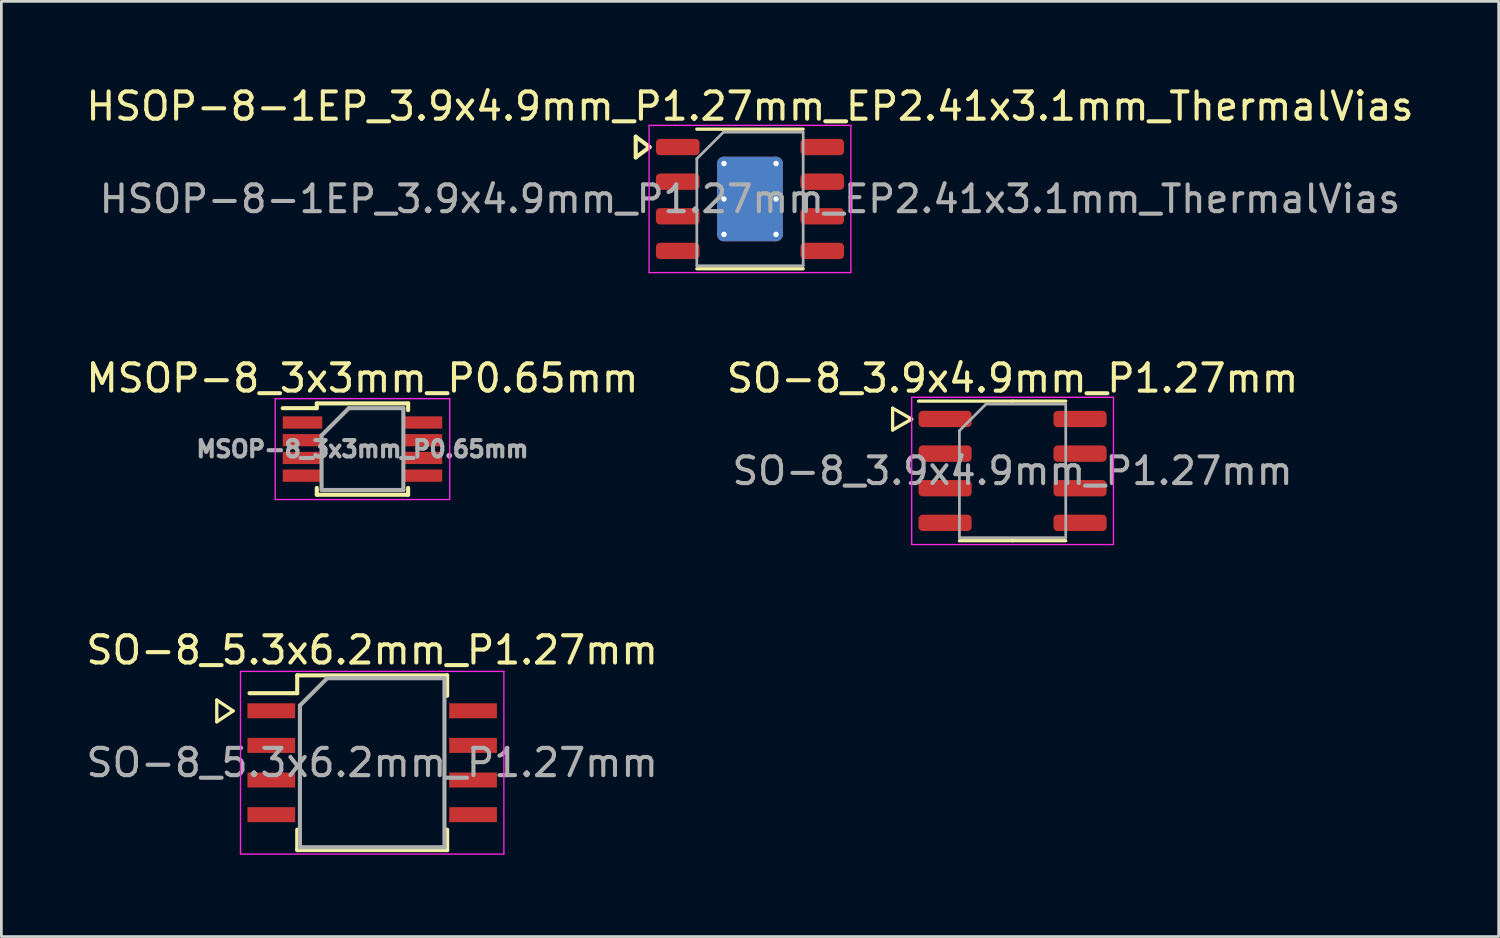
<source format=kicad_pcb>
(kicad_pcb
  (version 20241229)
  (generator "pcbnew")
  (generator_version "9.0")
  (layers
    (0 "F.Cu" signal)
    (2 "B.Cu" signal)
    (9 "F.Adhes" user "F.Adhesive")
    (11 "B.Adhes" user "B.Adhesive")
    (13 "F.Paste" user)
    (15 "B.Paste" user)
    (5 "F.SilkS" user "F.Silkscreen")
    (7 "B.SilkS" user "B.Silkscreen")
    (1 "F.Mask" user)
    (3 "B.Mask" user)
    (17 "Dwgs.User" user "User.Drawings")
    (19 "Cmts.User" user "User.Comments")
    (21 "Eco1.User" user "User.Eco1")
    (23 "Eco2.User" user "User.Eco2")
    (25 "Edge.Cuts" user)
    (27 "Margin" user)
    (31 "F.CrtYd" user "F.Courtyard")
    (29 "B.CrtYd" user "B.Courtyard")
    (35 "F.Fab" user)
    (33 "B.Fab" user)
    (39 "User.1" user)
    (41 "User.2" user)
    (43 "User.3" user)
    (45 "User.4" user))
  (footprint "MSOP-8_3x3mm_P0.65mm"
    (layer "F.Cu")
    (at 10.244 13.421)
    (property "Reference" "MSOP-8_3x3mm_P0.65mm" (at 0 -2.6 0) (layer "F.SilkS") (effects (font (size 1 1) (thickness 0.15))))
    (attr smd)
    (fp_line (start -1.675 -1.675) (end -1.675 -1.5) (stroke (width 0.15) (type solid)) (layer "F.SilkS"))
    (fp_line (start -1.675 -1.675) (end 1.675 -1.675) (stroke (width 0.15) (type solid)) (layer "F.SilkS"))
    (fp_line (start -1.675 -1.5) (end -2.925 -1.5) (stroke (width 0.15) (type solid)) (layer "F.SilkS"))
    (fp_line (start -1.675 1.675) (end -1.675 1.425) (stroke (width 0.15) (type solid)) (layer "F.SilkS"))
    (fp_line (start -1.675 1.675) (end 1.675 1.675) (stroke (width 0.15) (type solid)) (layer "F.SilkS"))
    (fp_line (start 1.675 -1.675) (end 1.675 -1.425) (stroke (width 0.15) (type solid)) (layer "F.SilkS"))
    (fp_line (start 1.675 1.675) (end 1.675 1.425) (stroke (width 0.15) (type solid)) (layer "F.SilkS"))
    (fp_line (start -3.2 -1.85) (end -3.2 1.85) (stroke (width 0.05) (type solid)) (layer "F.CrtYd"))
    (fp_line (start -3.2 -1.85) (end 3.2 -1.85) (stroke (width 0.05) (type solid)) (layer "F.CrtYd"))
    (fp_line (start -3.2 1.85) (end 3.2 1.85) (stroke (width 0.05) (type solid)) (layer "F.CrtYd"))
    (fp_line (start 3.2 -1.85) (end 3.2 1.85) (stroke (width 0.05) (type solid)) (layer "F.CrtYd"))
    (fp_line (start -1.5 -0.5) (end -0.5 -1.5) (stroke (width 0.15) (type solid)) (layer "F.Fab"))
    (fp_line (start -1.5 1.5) (end -1.5 -0.5) (stroke (width 0.15) (type solid)) (layer "F.Fab"))
    (fp_line (start -0.5 -1.5) (end 1.5 -1.5) (stroke (width 0.15) (type solid)) (layer "F.Fab"))
    (fp_line (start 1.5 -1.5) (end 1.5 1.5) (stroke (width 0.15) (type solid)) (layer "F.Fab"))
    (fp_line (start 1.5 1.5) (end -1.5 1.5) (stroke (width 0.15) (type solid)) (layer "F.Fab"))
    (fp_text user "${REFERENCE}" (at 0 0 0) (layer "F.Fab") (effects (font (size 0.6 0.6) (thickness 0.15))))
    (pad "1" smd rect (at -2.2 -0.975) (size 1.45 0.45) (layers "F.Cu" "F.Mask" "F.Paste"))
    (pad "2" smd rect (at -2.2 -0.325) (size 1.45 0.45) (layers "F.Cu" "F.Mask" "F.Paste"))
    (pad "3" smd rect (at -2.2 0.325) (size 1.45 0.45) (layers "F.Cu" "F.Mask" "F.Paste"))
    (pad "4" smd rect (at -2.2 0.975) (size 1.45 0.45) (layers "F.Cu" "F.Mask" "F.Paste"))
    (pad "5" smd rect (at 2.2 0.975) (size 1.45 0.45) (layers "F.Cu" "F.Mask" "F.Paste"))
    (pad "6" smd rect (at 2.2 0.325) (size 1.45 0.45) (layers "F.Cu" "F.Mask" "F.Paste"))
    (pad "7" smd rect (at 2.2 -0.325) (size 1.45 0.45) (layers "F.Cu" "F.Mask" "F.Paste"))
    (pad "8" smd rect (at 2.2 -0.975) (size 1.45 0.45) (layers "F.Cu" "F.Mask" "F.Paste")))
  (footprint "SO-8_5.3x6.2mm_P1.27mm"
    (layer "F.Cu")
    (at 10.601 24.925)
    (property "Reference" "SO-8_5.3x6.2mm_P1.27mm" (at 0 -4.13 0) (layer "F.SilkS") (effects (font (size 1 1) (thickness 0.15))))
    (attr smd)
    (fp_line (start -5.7 -2.3) (end -5.7 -1.5) (stroke (width 0.12) (type default)) (layer "F.SilkS"))
    (fp_line (start -5.7 -1.5) (end -5.1 -1.9) (stroke (width 0.12) (type default)) (layer "F.SilkS"))
    (fp_line (start -5.1 -1.9) (end -5.7 -2.3) (stroke (width 0.12) (type default)) (layer "F.SilkS"))
    (fp_line (start -2.75 -3.205) (end -2.75 -2.55) (stroke (width 0.15) (type solid)) (layer "F.SilkS"))
    (fp_line (start -2.75 -3.205) (end 2.75 -3.205) (stroke (width 0.15) (type solid)) (layer "F.SilkS"))
    (fp_line (start -2.75 -2.55) (end -4.5 -2.55) (stroke (width 0.15) (type solid)) (layer "F.SilkS"))
    (fp_line (start -2.75 3.205) (end -2.75 2.455) (stroke (width 0.15) (type solid)) (layer "F.SilkS"))
    (fp_line (start -2.75 3.205) (end 2.75 3.205) (stroke (width 0.15) (type solid)) (layer "F.SilkS"))
    (fp_line (start 2.75 -3.205) (end 2.75 -2.455) (stroke (width 0.15) (type solid)) (layer "F.SilkS"))
    (fp_line (start 2.75 3.205) (end 2.75 2.455) (stroke (width 0.15) (type solid)) (layer "F.SilkS"))
    (fp_line (start -4.83 -3.35) (end -4.83 3.35) (stroke (width 0.05) (type solid)) (layer "F.CrtYd"))
    (fp_line (start -4.83 -3.35) (end 4.83 -3.35) (stroke (width 0.05) (type solid)) (layer "F.CrtYd"))
    (fp_line (start -4.83 3.35) (end 4.83 3.35) (stroke (width 0.05) (type solid)) (layer "F.CrtYd"))
    (fp_line (start 4.83 -3.35) (end 4.83 3.35) (stroke (width 0.05) (type solid)) (layer "F.CrtYd"))
    (fp_line (start -2.65 -2.1) (end -1.65 -3.1) (stroke (width 0.15) (type solid)) (layer "F.Fab"))
    (fp_line (start -2.65 3.1) (end -2.65 -2.1) (stroke (width 0.15) (type solid)) (layer "F.Fab"))
    (fp_line (start -1.65 -3.1) (end 2.65 -3.1) (stroke (width 0.15) (type solid)) (layer "F.Fab"))
    (fp_line (start 2.65 -3.1) (end 2.65 3.1) (stroke (width 0.15) (type solid)) (layer "F.Fab"))
    (fp_line (start 2.65 3.1) (end -2.65 3.1) (stroke (width 0.15) (type solid)) (layer "F.Fab"))
    (fp_text user "${REFERENCE}" (at 0 0 0) (layer "F.Fab") (effects (font (size 1 1) (thickness 0.15))))
    (pad "1" smd rect (at -3.7 -1.905) (size 1.75 0.55) (layers "F.Cu" "F.Mask" "F.Paste"))
    (pad "2" smd rect (at -3.7 -0.635) (size 1.75 0.55) (layers "F.Cu" "F.Mask" "F.Paste"))
    (pad "3" smd rect (at -3.7 0.635) (size 1.75 0.55) (layers "F.Cu" "F.Mask" "F.Paste"))
    (pad "4" smd rect (at -3.7 1.905) (size 1.75 0.55) (layers "F.Cu" "F.Mask" "F.Paste"))
    (pad "5" smd rect (at 3.7 1.905) (size 1.75 0.55) (layers "F.Cu" "F.Mask" "F.Paste"))
    (pad "6" smd rect (at 3.7 0.635) (size 1.75 0.55) (layers "F.Cu" "F.Mask" "F.Paste"))
    (pad "7" smd rect (at 3.7 -0.635) (size 1.75 0.55) (layers "F.Cu" "F.Mask" "F.Paste"))
    (pad "8" smd rect (at 3.7 -1.905) (size 1.75 0.55) (layers "F.Cu" "F.Mask" "F.Paste")))
  (footprint "HSOP-8-1EP_3.9x4.9mm_P1.27mm_EP2.41x3.1mm_ThermalVias"
    (layer "F.Cu")
    (at 24.458 4.248)
    (property "Reference" "HSOP-8-1EP_3.9x4.9mm_P1.27mm_EP2.41x3.1mm_ThermalVias" (at 0 -3.4 0) (layer "F.SilkS") (effects (font (size 1 1) (thickness 0.15))))
    (attr smd)
    (fp_line (start -4.191 -2.286) (end -4.191 -1.524) (stroke (width 0.15) (type solid)) (layer "F.SilkS"))
    (fp_line (start -4.191 -1.524) (end -3.683 -1.905) (stroke (width 0.15) (type solid)) (layer "F.SilkS"))
    (fp_line (start -3.683 -1.905) (end -4.191 -2.286) (stroke (width 0.15) (type solid)) (layer "F.SilkS"))
    (fp_line (start -1.95 -2.56) (end 1.95 -2.56) (stroke (width 0.12) (type solid)) (layer "F.SilkS"))
    (fp_line (start -1.95 2.56) (end 1.95 2.56) (stroke (width 0.12) (type solid)) (layer "F.SilkS"))
    (fp_line (start -3.7 -2.7) (end -3.7 2.7) (stroke (width 0.05) (type solid)) (layer "F.CrtYd"))
    (fp_line (start -3.7 2.7) (end 3.7 2.7) (stroke (width 0.05) (type solid)) (layer "F.CrtYd"))
    (fp_line (start 3.7 -2.7) (end -3.7 -2.7) (stroke (width 0.05) (type solid)) (layer "F.CrtYd"))
    (fp_line (start 3.7 2.7) (end 3.7 -2.7) (stroke (width 0.05) (type solid)) (layer "F.CrtYd"))
    (fp_line (start -1.95 -1.475) (end -0.975 -2.45) (stroke (width 0.1) (type solid)) (layer "F.Fab"))
    (fp_line (start -1.95 2.45) (end -1.95 -1.475) (stroke (width 0.1) (type solid)) (layer "F.Fab"))
    (fp_line (start -0.975 -2.45) (end 1.95 -2.45) (stroke (width 0.1) (type solid)) (layer "F.Fab"))
    (fp_line (start 1.95 -2.45) (end 1.95 2.45) (stroke (width 0.1) (type solid)) (layer "F.Fab"))
    (fp_line (start 1.95 2.45) (end -1.95 2.45) (stroke (width 0.1) (type solid)) (layer "F.Fab"))
    (fp_text user "${REFERENCE}" (at 0 0 0) (layer "F.Fab") (effects (font (size 0.98 0.98) (thickness 0.15))))
    (pad "" smd roundrect (at -0.6 -0.775) (size 0.97 1.25) (layers "F.Paste") (roundrect_rratio 0.25))
    (pad "" smd roundrect (at -0.6 0.775) (size 0.97 1.25) (layers "F.Paste") (roundrect_rratio 0.25))
    (pad "" smd roundrect (at 0.6 -0.775) (size 0.97 1.25) (layers "F.Paste") (roundrect_rratio 0.25))
    (pad "" smd roundrect (at 0.6 0.775) (size 0.97 1.25) (layers "F.Paste") (roundrect_rratio 0.25))
    (pad "1" smd roundrect (at -2.65 -1.905) (size 1.6 0.6) (layers "F.Cu" "F.Mask" "F.Paste") (roundrect_rratio 0.25))
    (pad "2" smd roundrect (at -2.65 -0.635) (size 1.6 0.6) (layers "F.Cu" "F.Mask" "F.Paste") (roundrect_rratio 0.25))
    (pad "3" smd roundrect (at -2.65 0.635) (size 1.6 0.6) (layers "F.Cu" "F.Mask" "F.Paste") (roundrect_rratio 0.25))
    (pad "4" smd roundrect (at -2.65 1.905) (size 1.6 0.6) (layers "F.Cu" "F.Mask" "F.Paste") (roundrect_rratio 0.25))
    (pad "5" smd roundrect (at 2.65 1.905) (size 1.6 0.6) (layers "F.Cu" "F.Mask" "F.Paste") (roundrect_rratio 0.25))
    (pad "6" smd roundrect (at 2.65 0.635) (size 1.6 0.6) (layers "F.Cu" "F.Mask" "F.Paste") (roundrect_rratio 0.25))
    (pad "7" smd roundrect (at 2.65 -0.635) (size 1.6 0.6) (layers "F.Cu" "F.Mask" "F.Paste") (roundrect_rratio 0.25))
    (pad "8" smd roundrect (at 2.65 -1.905) (size 1.6 0.6) (layers "F.Cu" "F.Mask" "F.Paste") (roundrect_rratio 0.25))
    (pad "9" thru_hole circle (at -0.955 -1.3) (size 0.5 0.5) (drill 0.2) (layers "*.Cu"))
    (pad "9" thru_hole circle (at -0.955 0) (size 0.5 0.5) (drill 0.2) (layers "*.Cu"))
    (pad "9" thru_hole circle (at -0.955 1.3) (size 0.5 0.5) (drill 0.2) (layers "*.Cu"))
    (pad "9" smd roundrect (at 0 0) (size 2.41 3.1) (layers "F.Cu" "F.Mask") (roundrect_rratio 0.104))
    (pad "9" smd roundrect (at 0 0) (size 2.41 3.1) (layers "B.Cu") (roundrect_rratio 0.104))
    (pad "9" thru_hole circle (at 0.955 -1.3) (size 0.5 0.5) (drill 0.2) (layers "*.Cu"))
    (pad "9" thru_hole circle (at 0.955 0) (size 0.5 0.5) (drill 0.2) (layers "*.Cu"))
    (pad "9" thru_hole circle (at 0.955 1.3) (size 0.5 0.5) (drill 0.2) (layers "*.Cu")))
  (footprint "SO-8_3.9x4.9mm_P1.27mm"
    (layer "F.Cu")
    (at 34.089 14.222)
    (property "Reference" "SO-8_3.9x4.9mm_P1.27mm" (at 0 -3.4 0) (layer "F.SilkS") (effects (font (size 1 1) (thickness 0.15))))
    (attr smd)
    (fp_line (start -4.4 -1.5) (end -4.4 -2.3) (stroke (width 0.12) (type default)) (layer "F.SilkS"))
    (fp_line (start -4.4 -1.5) (end -3.7 -1.9) (stroke (width 0.12) (type default)) (layer "F.SilkS"))
    (fp_line (start -3.7 -1.9) (end -4.4 -2.3) (stroke (width 0.12) (type default)) (layer "F.SilkS"))
    (fp_line (start 0 -2.56) (end -3.45 -2.56) (stroke (width 0.12) (type solid)) (layer "F.SilkS"))
    (fp_line (start 0 -2.56) (end 1.95 -2.56) (stroke (width 0.12) (type solid)) (layer "F.SilkS"))
    (fp_line (start 0 2.56) (end -1.95 2.56) (stroke (width 0.12) (type solid)) (layer "F.SilkS"))
    (fp_line (start 0 2.56) (end 1.95 2.56) (stroke (width 0.12) (type solid)) (layer "F.SilkS"))
    (fp_line (start -3.7 -2.7) (end -3.7 2.7) (stroke (width 0.05) (type solid)) (layer "F.CrtYd"))
    (fp_line (start -3.7 2.7) (end 3.7 2.7) (stroke (width 0.05) (type solid)) (layer "F.CrtYd"))
    (fp_line (start 3.7 -2.7) (end -3.7 -2.7) (stroke (width 0.05) (type solid)) (layer "F.CrtYd"))
    (fp_line (start 3.7 2.7) (end 3.7 -2.7) (stroke (width 0.05) (type solid)) (layer "F.CrtYd"))
    (fp_line (start -1.95 -1.475) (end -0.975 -2.45) (stroke (width 0.1) (type solid)) (layer "F.Fab"))
    (fp_line (start -1.95 2.45) (end -1.95 -1.475) (stroke (width 0.1) (type solid)) (layer "F.Fab"))
    (fp_line (start -0.975 -2.45) (end 1.95 -2.45) (stroke (width 0.1) (type solid)) (layer "F.Fab"))
    (fp_line (start 1.95 -2.45) (end 1.95 2.45) (stroke (width 0.1) (type solid)) (layer "F.Fab"))
    (fp_line (start 1.95 2.45) (end -1.95 2.45) (stroke (width 0.1) (type solid)) (layer "F.Fab"))
    (fp_text user "${REFERENCE}" (at 0 0 0) (layer "F.Fab") (effects (font (size 0.98 0.98) (thickness 0.15))))
    (pad "1" smd roundrect (at -2.475 -1.905) (size 1.95 0.6) (layers "F.Cu" "F.Mask" "F.Paste") (roundrect_rratio 0.25))
    (pad "2" smd roundrect (at -2.475 -0.635) (size 1.95 0.6) (layers "F.Cu" "F.Mask" "F.Paste") (roundrect_rratio 0.25))
    (pad "3" smd roundrect (at -2.475 0.635) (size 1.95 0.6) (layers "F.Cu" "F.Mask" "F.Paste") (roundrect_rratio 0.25))
    (pad "4" smd roundrect (at -2.475 1.905) (size 1.95 0.6) (layers "F.Cu" "F.Mask" "F.Paste") (roundrect_rratio 0.25))
    (pad "5" smd roundrect (at 2.475 1.905) (size 1.95 0.6) (layers "F.Cu" "F.Mask" "F.Paste") (roundrect_rratio 0.25))
    (pad "6" smd roundrect (at 2.475 0.635) (size 1.95 0.6) (layers "F.Cu" "F.Mask" "F.Paste") (roundrect_rratio 0.25))
    (pad "7" smd roundrect (at 2.475 -0.635) (size 1.95 0.6) (layers "F.Cu" "F.Mask" "F.Paste") (roundrect_rratio 0.25))
    (pad "8" smd roundrect (at 2.475 -1.905) (size 1.95 0.6) (layers "F.Cu" "F.Mask" "F.Paste") (roundrect_rratio 0.25)))
  (gr_rect
    (start -3 -3)
    (end 51.917 31.3)
    (stroke (width 0.1) (type default))
    (fill no)
    (layer "Edge.Cuts")))
</source>
